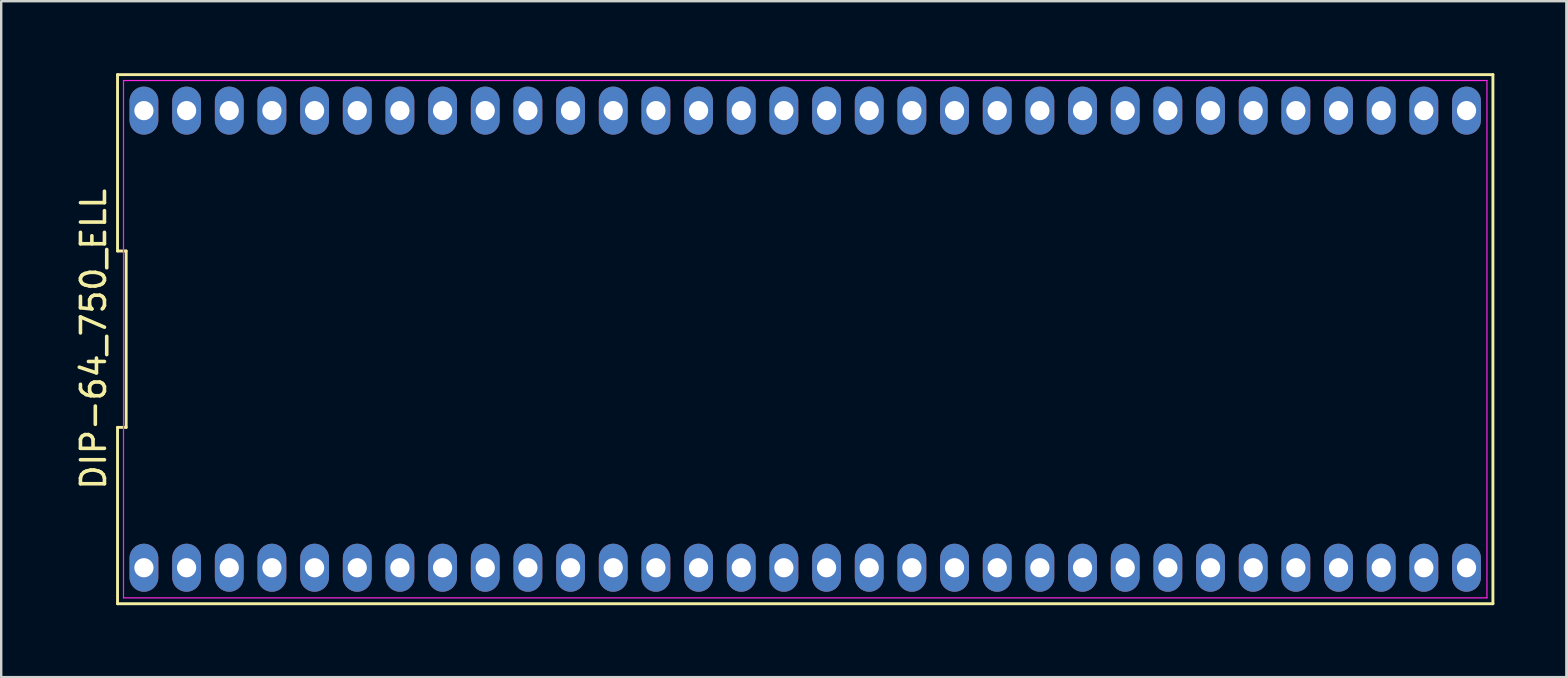
<source format=kicad_pcb>
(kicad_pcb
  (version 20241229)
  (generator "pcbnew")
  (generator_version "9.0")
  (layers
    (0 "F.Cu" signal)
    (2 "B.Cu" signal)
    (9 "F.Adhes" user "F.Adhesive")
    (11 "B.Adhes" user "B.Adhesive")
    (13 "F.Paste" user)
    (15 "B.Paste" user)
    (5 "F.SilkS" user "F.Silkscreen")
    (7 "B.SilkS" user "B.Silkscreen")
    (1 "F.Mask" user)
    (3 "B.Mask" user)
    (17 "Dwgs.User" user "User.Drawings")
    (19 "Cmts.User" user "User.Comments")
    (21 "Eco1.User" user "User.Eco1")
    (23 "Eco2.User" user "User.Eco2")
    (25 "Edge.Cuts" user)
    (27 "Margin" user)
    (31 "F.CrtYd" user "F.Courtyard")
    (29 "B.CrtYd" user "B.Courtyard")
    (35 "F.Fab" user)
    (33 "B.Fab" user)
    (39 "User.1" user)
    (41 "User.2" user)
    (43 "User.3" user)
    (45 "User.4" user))
  (footprint "DIP-64_750_ELL"
    (layer "F.Cu")
    (at 30.507 11.085)
    (property "Reference" "DIP-64_750_ELL" (at -29.659 0 90) (layer "F.SilkS") (effects (font (size 1 1) (thickness 0.15))))
    (fp_line (start -28.659 -11.025) (end -28.659 -3.675) (stroke (width 0.12) (type solid)) (layer "F.SilkS"))
    (fp_line (start -28.659 -3.675) (end -28.299 -3.675) (stroke (width 0.12) (type solid)) (layer "F.SilkS"))
    (fp_line (start -28.659 3.675) (end -28.659 11.025) (stroke (width 0.12) (type solid)) (layer "F.SilkS"))
    (fp_line (start -28.659 11.025) (end 28.659 11.025) (stroke (width 0.12) (type solid)) (layer "F.SilkS"))
    (fp_line (start -28.299 -3.675) (end -28.299 3.675) (stroke (width 0.12) (type solid)) (layer "F.SilkS"))
    (fp_line (start -28.299 3.675) (end -28.659 3.675) (stroke (width 0.12) (type solid)) (layer "F.SilkS"))
    (fp_line (start 28.659 -11.025) (end -28.659 -11.025) (stroke (width 0.12) (type solid)) (layer "F.SilkS"))
    (fp_line (start 28.659 11.025) (end 28.659 -11.025) (stroke (width 0.12) (type solid)) (layer "F.SilkS"))
    (fp_line (start -28.41 -10.78) (end 28.41 -10.78) (stroke (width 0.05) (type solid)) (layer "F.CrtYd"))
    (fp_line (start -28.41 10.78) (end -28.41 -10.78) (stroke (width 0.05) (type solid)) (layer "F.CrtYd"))
    (fp_line (start 28.41 -10.78) (end 28.41 10.78) (stroke (width 0.05) (type solid)) (layer "F.CrtYd"))
    (fp_line (start 28.41 10.78) (end -28.41 10.78) (stroke (width 0.05) (type solid)) (layer "F.CrtYd"))
    (pad "1" thru_hole oval (at -27.559 9.525) (size 1.2 2) (drill 0.8) (layers "*.Cu" "*.Mask"))
    (pad "2" thru_hole oval (at -25.781 9.525) (size 1.2 2) (drill 0.8) (layers "*.Cu" "*.Mask"))
    (pad "3" thru_hole oval (at -24.003 9.525) (size 1.2 2) (drill 0.8) (layers "*.Cu" "*.Mask"))
    (pad "4" thru_hole oval (at -22.225 9.525) (size 1.2 2) (drill 0.8) (layers "*.Cu" "*.Mask"))
    (pad "5" thru_hole oval (at -20.447 9.525) (size 1.2 2) (drill 0.8) (layers "*.Cu" "*.Mask"))
    (pad "6" thru_hole oval (at -18.669 9.525) (size 1.2 2) (drill 0.8) (layers "*.Cu" "*.Mask"))
    (pad "7" thru_hole oval (at -16.891 9.525) (size 1.2 2) (drill 0.8) (layers "*.Cu" "*.Mask"))
    (pad "8" thru_hole oval (at -15.113 9.525) (size 1.2 2) (drill 0.8) (layers "*.Cu" "*.Mask"))
    (pad "9" thru_hole oval (at -13.335 9.525) (size 1.2 2) (drill 0.8) (layers "*.Cu" "*.Mask"))
    (pad "10" thru_hole oval (at -11.557 9.525) (size 1.2 2) (drill 0.8) (layers "*.Cu" "*.Mask"))
    (pad "11" thru_hole oval (at -9.779 9.525) (size 1.2 2) (drill 0.8) (layers "*.Cu" "*.Mask"))
    (pad "12" thru_hole oval (at -8.001 9.525) (size 1.2 2) (drill 0.8) (layers "*.Cu" "*.Mask"))
    (pad "13" thru_hole oval (at -6.223 9.525) (size 1.2 2) (drill 0.8) (layers "*.Cu" "*.Mask"))
    (pad "14" thru_hole oval (at -4.445 9.525) (size 1.2 2) (drill 0.8) (layers "*.Cu" "*.Mask"))
    (pad "15" thru_hole oval (at -2.667 9.525) (size 1.2 2) (drill 0.8) (layers "*.Cu" "*.Mask"))
    (pad "16" thru_hole oval (at -0.889 9.525) (size 1.2 2) (drill 0.8) (layers "*.Cu" "*.Mask"))
    (pad "17" thru_hole oval (at 0.889 9.525) (size 1.2 2) (drill 0.8) (layers "*.Cu" "*.Mask"))
    (pad "18" thru_hole oval (at 2.667 9.525) (size 1.2 2) (drill 0.8) (layers "*.Cu" "*.Mask"))
    (pad "19" thru_hole oval (at 4.445 9.525) (size 1.2 2) (drill 0.8) (layers "*.Cu" "*.Mask"))
    (pad "20" thru_hole oval (at 6.223 9.525) (size 1.2 2) (drill 0.8) (layers "*.Cu" "*.Mask"))
    (pad "21" thru_hole oval (at 8.001 9.525) (size 1.2 2) (drill 0.8) (layers "*.Cu" "*.Mask"))
    (pad "22" thru_hole oval (at 9.779 9.525) (size 1.2 2) (drill 0.8) (layers "*.Cu" "*.Mask"))
    (pad "23" thru_hole oval (at 11.557 9.525) (size 1.2 2) (drill 0.8) (layers "*.Cu" "*.Mask"))
    (pad "24" thru_hole oval (at 13.335 9.525) (size 1.2 2) (drill 0.8) (layers "*.Cu" "*.Mask"))
    (pad "25" thru_hole oval (at 15.113 9.525) (size 1.2 2) (drill 0.8) (layers "*.Cu" "*.Mask"))
    (pad "26" thru_hole oval (at 16.891 9.525) (size 1.2 2) (drill 0.8) (layers "*.Cu" "*.Mask"))
    (pad "27" thru_hole oval (at 18.669 9.525) (size 1.2 2) (drill 0.8) (layers "*.Cu" "*.Mask"))
    (pad "28" thru_hole oval (at 20.447 9.525) (size 1.2 2) (drill 0.8) (layers "*.Cu" "*.Mask"))
    (pad "29" thru_hole oval (at 22.225 9.525) (size 1.2 2) (drill 0.8) (layers "*.Cu" "*.Mask"))
    (pad "30" thru_hole oval (at 24.003 9.525) (size 1.2 2) (drill 0.8) (layers "*.Cu" "*.Mask"))
    (pad "31" thru_hole oval (at 25.781 9.525) (size 1.2 2) (drill 0.8) (layers "*.Cu" "*.Mask"))
    (pad "32" thru_hole oval (at 27.559 9.525) (size 1.2 2) (drill 0.8) (layers "*.Cu" "*.Mask"))
    (pad "33" thru_hole oval (at 27.559 -9.525) (size 1.2 2) (drill 0.8) (layers "*.Cu" "*.Mask"))
    (pad "34" thru_hole oval (at 25.781 -9.525) (size 1.2 2) (drill 0.8) (layers "*.Cu" "*.Mask"))
    (pad "35" thru_hole oval (at 24.003 -9.525) (size 1.2 2) (drill 0.8) (layers "*.Cu" "*.Mask"))
    (pad "36" thru_hole oval (at 22.225 -9.525) (size 1.2 2) (drill 0.8) (layers "*.Cu" "*.Mask"))
    (pad "37" thru_hole oval (at 20.447 -9.525) (size 1.2 2) (drill 0.8) (layers "*.Cu" "*.Mask"))
    (pad "38" thru_hole oval (at 18.669 -9.525) (size 1.2 2) (drill 0.8) (layers "*.Cu" "*.Mask"))
    (pad "39" thru_hole oval (at 16.891 -9.525) (size 1.2 2) (drill 0.8) (layers "*.Cu" "*.Mask"))
    (pad "40" thru_hole oval (at 15.113 -9.525) (size 1.2 2) (drill 0.8) (layers "*.Cu" "*.Mask"))
    (pad "41" thru_hole oval (at 13.335 -9.525) (size 1.2 2) (drill 0.8) (layers "*.Cu" "*.Mask"))
    (pad "42" thru_hole oval (at 11.557 -9.525) (size 1.2 2) (drill 0.8) (layers "*.Cu" "*.Mask"))
    (pad "43" thru_hole oval (at 9.779 -9.525) (size 1.2 2) (drill 0.8) (layers "*.Cu" "*.Mask"))
    (pad "44" thru_hole oval (at 8.001 -9.525) (size 1.2 2) (drill 0.8) (layers "*.Cu" "*.Mask"))
    (pad "45" thru_hole oval (at 6.223 -9.525) (size 1.2 2) (drill 0.8) (layers "*.Cu" "*.Mask"))
    (pad "46" thru_hole oval (at 4.445 -9.525) (size 1.2 2) (drill 0.8) (layers "*.Cu" "*.Mask"))
    (pad "47" thru_hole oval (at 2.667 -9.525) (size 1.2 2) (drill 0.8) (layers "*.Cu" "*.Mask"))
    (pad "48" thru_hole oval (at 0.889 -9.525) (size 1.2 2) (drill 0.8) (layers "*.Cu" "*.Mask"))
    (pad "49" thru_hole oval (at -0.889 -9.525) (size 1.2 2) (drill 0.8) (layers "*.Cu" "*.Mask"))
    (pad "50" thru_hole oval (at -2.667 -9.525) (size 1.2 2) (drill 0.8) (layers "*.Cu" "*.Mask"))
    (pad "51" thru_hole oval (at -4.445 -9.525) (size 1.2 2) (drill 0.8) (layers "*.Cu" "*.Mask"))
    (pad "52" thru_hole oval (at -6.223 -9.525) (size 1.2 2) (drill 0.8) (layers "*.Cu" "*.Mask"))
    (pad "53" thru_hole oval (at -8.001 -9.525) (size 1.2 2) (drill 0.8) (layers "*.Cu" "*.Mask"))
    (pad "54" thru_hole oval (at -9.779 -9.525) (size 1.2 2) (drill 0.8) (layers "*.Cu" "*.Mask"))
    (pad "55" thru_hole oval (at -11.557 -9.525) (size 1.2 2) (drill 0.8) (layers "*.Cu" "*.Mask"))
    (pad "56" thru_hole oval (at -13.335 -9.525) (size 1.2 2) (drill 0.8) (layers "*.Cu" "*.Mask"))
    (pad "57" thru_hole oval (at -15.113 -9.525) (size 1.2 2) (drill 0.8) (layers "*.Cu" "*.Mask"))
    (pad "58" thru_hole oval (at -16.891 -9.525) (size 1.2 2) (drill 0.8) (layers "*.Cu" "*.Mask"))
    (pad "59" thru_hole oval (at -18.669 -9.525) (size 1.2 2) (drill 0.8) (layers "*.Cu" "*.Mask"))
    (pad "60" thru_hole oval (at -20.447 -9.525) (size 1.2 2) (drill 0.8) (layers "*.Cu" "*.Mask"))
    (pad "61" thru_hole oval (at -22.225 -9.525) (size 1.2 2) (drill 0.8) (layers "*.Cu" "*.Mask"))
    (pad "62" thru_hole oval (at -24.003 -9.525) (size 1.2 2) (drill 0.8) (layers "*.Cu" "*.Mask"))
    (pad "63" thru_hole oval (at -25.781 -9.525) (size 1.2 2) (drill 0.8) (layers "*.Cu" "*.Mask"))
    (pad "64" thru_hole oval (at -27.559 -9.525) (size 1.2 2) (drill 0.8) (layers "*.Cu" "*.Mask")))
  (gr_rect
    (start -3 -3)
    (end 62.226 25.17)
    (stroke (width 0.1) (type default))
    (fill no)
    (layer "Edge.Cuts")))
</source>
